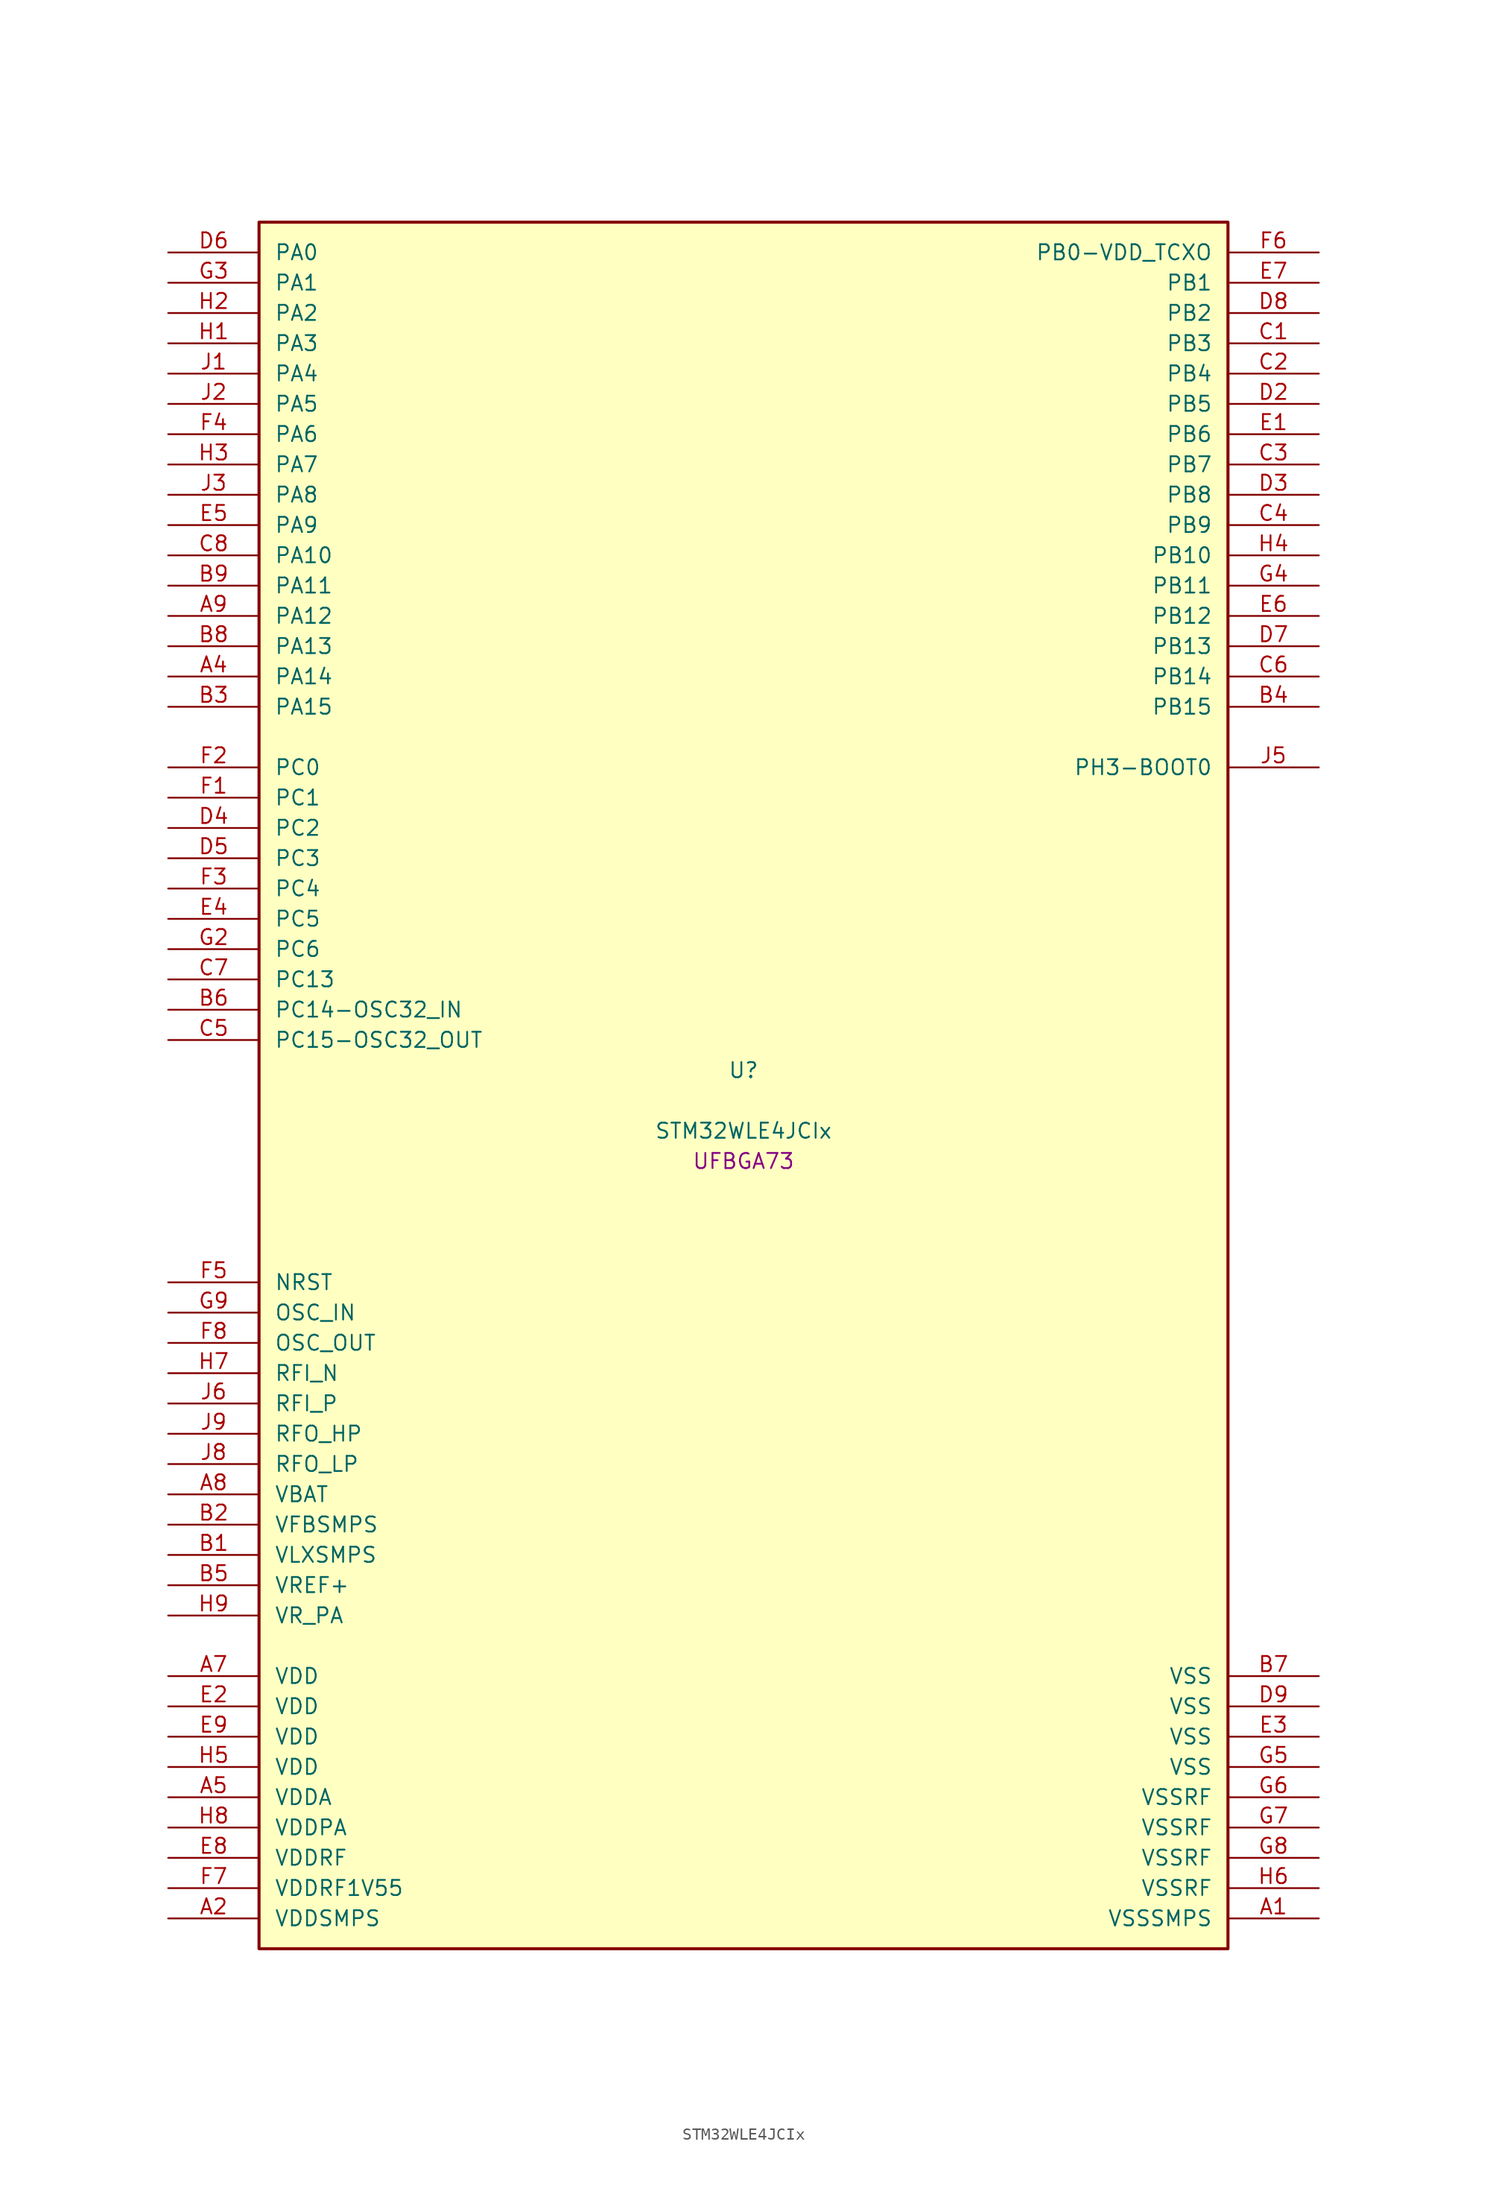
<source format=kicad_sym>
(kicad_symbol_lib
  (version 20241209)
  (generator "stm32_pkl_generator")
  (generator_version "1.0")
  (symbol "STM32WLE4JCIx"
    (pin_names
      (offset 1.27))
    (property "Reference" "U"
      (at 0 2.54 0))
    (property "Value" "STM32WLE4JCIx"
      (at 0 -2.54 0))
    (property "Footprint" "UFBGA73"
      (at 0 -5.08 0))
    (symbol "STM32WLE4JCIx_1_1"
      (rectangle (start -40.64 73.66) (end 40.64 -71.12) (stroke (width 0.254) (type solid)) (fill (type background)))
      (pin bidirectional line (at -48.26 71.12 0) (length 7.62) (name "PA0") (number "D6") (alternate "PA0/COMP1_OUT" bidirectional line) (alternate "PA0/DEBUG_PWR-REGLP1S" bidirectional line) (alternate "PA0/I2C3_SMBA" bidirectional line) (alternate "PA0/I2S_CKIN" bidirectional line) (alternate "PA0/PWR_WKUP1" bidirectional line) (alternate "PA0/RTC_TAMP_IN2" bidirectional line) (alternate "PA0/TIM2_CH1" bidirectional line) (alternate "PA0/TIM2_ETR" bidirectional line) (alternate "PA0/USART2_CTS" bidirectional line) (alternate "PA0/USART2_NSS" bidirectional line))
      (pin bidirectional line (at -48.26 68.58 0) (length 7.62) (name "PA1") (number "G3") (alternate "PA1/DEBUG_PWR-REGLP2S" bidirectional line) (alternate "PA1/I2C1_SMBA" bidirectional line) (alternate "PA1/LPTIM3_OUT" bidirectional line) (alternate "PA1/LPUART1_RTS" bidirectional line) (alternate "PA1/SPI1_SCK" bidirectional line) (alternate "PA1/TIM2_CH2" bidirectional line) (alternate "PA1/USART2_DE" bidirectional line) (alternate "PA1/USART2_RTS" bidirectional line))
      (pin bidirectional line (at -48.26 66.04 0) (length 7.62) (name "PA2") (number "H2") (alternate "PA2/COMP2_OUT" bidirectional line) (alternate "PA2/DEBUG_PWR-LDORDY" bidirectional line) (alternate "PA2/LPUART1_TX" bidirectional line) (alternate "PA2/RCC_LSCO" bidirectional line) (alternate "PA2/TIM2_CH3" bidirectional line) (alternate "PA2/USART2_TX" bidirectional line))
      (pin bidirectional line (at -48.26 63.5 0) (length 7.62) (name "PA3") (number "H1") (alternate "PA3/I2S2_MCK" bidirectional line) (alternate "PA3/LPUART1_RX" bidirectional line) (alternate "PA3/TIM2_CH4" bidirectional line) (alternate "PA3/USART2_RX" bidirectional line))
      (pin bidirectional line (at -48.26 60.96 0) (length 7.62) (name "PA4") (number "J1") (alternate "PA4/DEBUG_SUBGHZSPI-NSSOUT" bidirectional line) (alternate "PA4/LPTIM1_OUT" bidirectional line) (alternate "PA4/LPTIM2_OUT" bidirectional line) (alternate "PA4/RTC_OUT2" bidirectional line) (alternate "PA4/SPI1_NSS" bidirectional line) (alternate "PA4/USART2_CK" bidirectional line))
      (pin bidirectional line (at -48.26 58.42 0) (length 7.62) (name "PA5") (number "J2") (alternate "PA5/DEBUG_SUBGHZSPI-SCKOUT" bidirectional line) (alternate "PA5/LPTIM2_ETR" bidirectional line) (alternate "PA5/SPI1_SCK" bidirectional line) (alternate "PA5/SPI2_MISO" bidirectional line) (alternate "PA5/TIM2_CH1" bidirectional line) (alternate "PA5/TIM2_ETR" bidirectional line))
      (pin bidirectional line (at -48.26 55.88 0) (length 7.62) (name "PA6") (number "F4") (alternate "PA6/DEBUG_SUBGHZSPI-MISOOUT" bidirectional line) (alternate "PA6/I2C2_SMBA" bidirectional line) (alternate "PA6/LPUART1_CTS" bidirectional line) (alternate "PA6/SPI1_MISO" bidirectional line) (alternate "PA6/TIM16_CH1" bidirectional line) (alternate "PA6/TIM1_BKIN" bidirectional line))
      (pin bidirectional line (at -48.26 53.34 0) (length 7.62) (name "PA7") (number "H3") (alternate "PA7/COMP2_OUT" bidirectional line) (alternate "PA7/DEBUG_SUBGHZSPI-MOSIOUT" bidirectional line) (alternate "PA7/I2C3_SCL" bidirectional line) (alternate "PA7/SPI1_MOSI" bidirectional line) (alternate "PA7/TIM17_CH1" bidirectional line) (alternate "PA7/TIM1_CH1N" bidirectional line))
      (pin bidirectional line (at -48.26 50.8 0) (length 7.62) (name "PA8") (number "J3") (alternate "PA8/I2S2_CK" bidirectional line) (alternate "PA8/LPTIM2_OUT" bidirectional line) (alternate "PA8/RCC_MCO" bidirectional line) (alternate "PA8/SPI2_SCK" bidirectional line) (alternate "PA8/TIM1_CH1" bidirectional line) (alternate "PA8/USART1_CK" bidirectional line))
      (pin bidirectional line (at -48.26 48.26 0) (length 7.62) (name "PA9") (number "E5") (alternate "PA9/DAC_EXTI9" bidirectional line) (alternate "PA9/I2C1_SCL" bidirectional line) (alternate "PA9/I2S2_CK" bidirectional line) (alternate "PA9/I2S2_WS" bidirectional line) (alternate "PA9/SPI2_NSS" bidirectional line) (alternate "PA9/SPI2_SCK" bidirectional line) (alternate "PA9/TIM1_CH2" bidirectional line) (alternate "PA9/USART1_TX" bidirectional line))
      (pin bidirectional line (at -48.26 45.72 0) (length 7.62) (name "PA10") (number "C8") (alternate "PA10/ADC_IN6" bidirectional line) (alternate "PA10/COMP1_INM" bidirectional line) (alternate "PA10/COMP2_INM" bidirectional line) (alternate "PA10/DAC_OUT1" bidirectional line) (alternate "PA10/DEBUG_RF-HSE32RDY" bidirectional line) (alternate "PA10/I2C1_SDA" bidirectional line) (alternate "PA10/I2S2_SD" bidirectional line) (alternate "PA10/RTC_REFIN" bidirectional line) (alternate "PA10/SPI2_MOSI" bidirectional line) (alternate "PA10/TIM17_BKIN" bidirectional line) (alternate "PA10/TIM1_CH3" bidirectional line) (alternate "PA10/USART1_RX" bidirectional line))
      (pin bidirectional line (at -48.26 43.18 0) (length 7.62) (name "PA11") (number "B9") (alternate "PA11/ADC_EXTI11" bidirectional line) (alternate "PA11/ADC_IN7" bidirectional line) (alternate "PA11/COMP1_INM" bidirectional line) (alternate "PA11/COMP2_INM" bidirectional line) (alternate "PA11/DEBUG_RF-NRESET" bidirectional line) (alternate "PA11/I2C2_SDA" bidirectional line) (alternate "PA11/LPTIM3_ETR" bidirectional line) (alternate "PA11/SPI1_MISO" bidirectional line) (alternate "PA11/TIM1_BKIN2" bidirectional line) (alternate "PA11/TIM1_CH4" bidirectional line) (alternate "PA11/USART1_CTS" bidirectional line) (alternate "PA11/USART1_NSS" bidirectional line))
      (pin bidirectional line (at -48.26 40.64 0) (length 7.62) (name "PA12") (number "A9") (alternate "PA12/ADC_IN8" bidirectional line) (alternate "PA12/DEBUG_RF-BUSY" bidirectional line) (alternate "PA12/I2C2_SCL" bidirectional line) (alternate "PA12/LPTIM3_IN1" bidirectional line) (alternate "PA12/SPI1_MOSI" bidirectional line) (alternate "PA12/TIM1_ETR" bidirectional line) (alternate "PA12/USART1_DE" bidirectional line) (alternate "PA12/USART1_RTS" bidirectional line))
      (pin bidirectional line (at -48.26 38.1 0) (length 7.62) (name "PA13") (number "B8") (alternate "PA13/ADC_IN9" bidirectional line) (alternate "PA13/DEBUG_JTMS-SWDIO" bidirectional line) (alternate "PA13/I2C2_SMBA" bidirectional line) (alternate "PA13/IR_OUT" bidirectional line))
      (pin bidirectional line (at -48.26 35.56 0) (length 7.62) (name "PA14") (number "A4") (alternate "PA14/ADC_IN10" bidirectional line) (alternate "PA14/DEBUG_JTCK-SWCLK" bidirectional line) (alternate "PA14/I2C1_SMBA" bidirectional line) (alternate "PA14/LPTIM1_OUT" bidirectional line))
      (pin bidirectional line (at -48.26 33.02 0) (length 7.62) (name "PA15") (number "B3") (alternate "PA15/ADC_IN11" bidirectional line) (alternate "PA15/COMP1_INM" bidirectional line) (alternate "PA15/COMP2_INP" bidirectional line) (alternate "PA15/DEBUG_JTDI" bidirectional line) (alternate "PA15/I2C2_SDA" bidirectional line) (alternate "PA15/SPI1_NSS" bidirectional line) (alternate "PA15/TIM2_CH1" bidirectional line) (alternate "PA15/TIM2_ETR" bidirectional line))
      (pin bidirectional line (at 48.26 71.12 180) (length 7.62) (name "PB0-VDD_TCXO") (number "F6") (alternate "PB0-VDD_TCXO/COMP1_OUT" bidirectional line) (alternate "PB0-VDD_TCXO/VDDTCXO" bidirectional line))
      (pin bidirectional line (at 48.26 68.58 180) (length 7.62) (name "PB1") (number "E7") (alternate "PB1/ADC_IN5" bidirectional line) (alternate "PB1/COMP2_INP" bidirectional line) (alternate "PB1/LPTIM2_IN1" bidirectional line) (alternate "PB1/LPUART1_DE" bidirectional line) (alternate "PB1/LPUART1_RTS" bidirectional line))
      (pin bidirectional line (at 48.26 66.04 180) (length 7.62) (name "PB2") (number "D8") (alternate "PB2/ADC_IN4" bidirectional line) (alternate "PB2/COMP1_INP" bidirectional line) (alternate "PB2/COMP2_INM" bidirectional line) (alternate "PB2/DEBUG_RF-SMPSRDY" bidirectional line) (alternate "PB2/I2C3_SMBA" bidirectional line) (alternate "PB2/LPTIM1_OUT" bidirectional line) (alternate "PB2/SPI1_NSS" bidirectional line))
      (pin bidirectional line (at 48.26 63.5 180) (length 7.62) (name "PB3") (number "C1") (alternate "PB3/ADC_IN2" bidirectional line) (alternate "PB3/COMP1_INM" bidirectional line) (alternate "PB3/COMP2_INM" bidirectional line) (alternate "PB3/DEBUG_JTDO-SWO" bidirectional line) (alternate "PB3/DEBUG_RF-DTB1" bidirectional line) (alternate "PB3/PWR_WKUP3" bidirectional line) (alternate "PB3/RTC_TAMP_IN3" bidirectional line) (alternate "PB3/SPI1_SCK" bidirectional line) (alternate "PB3/TIM2_CH2" bidirectional line) (alternate "PB3/USART1_DE" bidirectional line) (alternate "PB3/USART1_RTS" bidirectional line))
      (pin bidirectional line (at 48.26 60.96 180) (length 7.62) (name "PB4") (number "C2") (alternate "PB4/ADC_IN3" bidirectional line) (alternate "PB4/COMP1_INP" bidirectional line) (alternate "PB4/COMP2_INP" bidirectional line) (alternate "PB4/DEBUG_JTRST" bidirectional line) (alternate "PB4/DEBUG_RF-LDORDY" bidirectional line) (alternate "PB4/I2C3_SDA" bidirectional line) (alternate "PB4/SPI1_MISO" bidirectional line) (alternate "PB4/TIM17_BKIN" bidirectional line) (alternate "PB4/USART1_CTS" bidirectional line) (alternate "PB4/USART1_NSS" bidirectional line))
      (pin bidirectional line (at 48.26 58.42 180) (length 7.62) (name "PB5") (number "D2") (alternate "PB5/COMP2_OUT" bidirectional line) (alternate "PB5/I2C1_SMBA" bidirectional line) (alternate "PB5/LPTIM1_IN1" bidirectional line) (alternate "PB5/SPI1_MOSI" bidirectional line) (alternate "PB5/TIM16_BKIN" bidirectional line) (alternate "PB5/USART1_CK" bidirectional line))
      (pin bidirectional line (at 48.26 55.88 180) (length 7.62) (name "PB6") (number "E1") (alternate "PB6/I2C1_SCL" bidirectional line) (alternate "PB6/LPTIM1_ETR" bidirectional line) (alternate "PB6/TIM16_CH1N" bidirectional line) (alternate "PB6/USART1_TX" bidirectional line))
      (pin bidirectional line (at 48.26 53.34 180) (length 7.62) (name "PB7") (number "C3") (alternate "PB7/I2C1_SDA" bidirectional line) (alternate "PB7/LPTIM1_IN2" bidirectional line) (alternate "PB7/PWR_PVD_IN" bidirectional line) (alternate "PB7/TIM17_CH1N" bidirectional line) (alternate "PB7/TIM1_BKIN" bidirectional line) (alternate "PB7/USART1_RX" bidirectional line))
      (pin bidirectional line (at 48.26 50.8 180) (length 7.62) (name "PB8") (number "D3") (alternate "PB8/I2C1_SCL" bidirectional line) (alternate "PB8/TIM16_CH1" bidirectional line) (alternate "PB8/TIM1_CH2N" bidirectional line))
      (pin bidirectional line (at 48.26 48.26 180) (length 7.62) (name "PB9") (number "C4") (alternate "PB9/DAC_EXTI9" bidirectional line) (alternate "PB9/I2C1_SDA" bidirectional line) (alternate "PB9/I2S2_WS" bidirectional line) (alternate "PB9/IR_OUT" bidirectional line) (alternate "PB9/SPI2_NSS" bidirectional line) (alternate "PB9/TIM17_CH1" bidirectional line) (alternate "PB9/TIM1_CH3N" bidirectional line))
      (pin bidirectional line (at 48.26 45.72 180) (length 7.62) (name "PB10") (number "H4") (alternate "PB10/COMP1_OUT" bidirectional line) (alternate "PB10/I2C3_SCL" bidirectional line) (alternate "PB10/I2S2_CK" bidirectional line) (alternate "PB10/LPUART1_RX" bidirectional line) (alternate "PB10/SPI2_SCK" bidirectional line) (alternate "PB10/TIM2_CH3" bidirectional line))
      (pin bidirectional line (at 48.26 43.18 180) (length 7.62) (name "PB11") (number "G4") (alternate "PB11/ADC_EXTI11" bidirectional line) (alternate "PB11/COMP2_OUT" bidirectional line) (alternate "PB11/I2C3_SDA" bidirectional line) (alternate "PB11/LPUART1_TX" bidirectional line) (alternate "PB11/TIM2_CH4" bidirectional line))
      (pin bidirectional line (at 48.26 40.64 180) (length 7.62) (name "PB12") (number "E6") (alternate "PB12/I2C3_SMBA" bidirectional line) (alternate "PB12/I2S2_WS" bidirectional line) (alternate "PB12/LPUART1_RTS" bidirectional line) (alternate "PB12/SPI2_NSS" bidirectional line) (alternate "PB12/TIM1_BKIN" bidirectional line))
      (pin bidirectional line (at 48.26 38.1 180) (length 7.62) (name "PB13") (number "D7") (alternate "PB13/ADC_IN0" bidirectional line) (alternate "PB13/I2C3_SCL" bidirectional line) (alternate "PB13/I2S2_CK" bidirectional line) (alternate "PB13/LPUART1_CTS" bidirectional line) (alternate "PB13/SPI2_SCK" bidirectional line) (alternate "PB13/TIM1_CH1N" bidirectional line))
      (pin bidirectional line (at 48.26 35.56 180) (length 7.62) (name "PB14") (number "C6") (alternate "PB14/ADC_IN1" bidirectional line) (alternate "PB14/I2C3_SDA" bidirectional line) (alternate "PB14/I2S2_MCK" bidirectional line) (alternate "PB14/SPI2_MISO" bidirectional line) (alternate "PB14/TIM1_CH2N" bidirectional line))
      (pin bidirectional line (at 48.26 33.02 180) (length 7.62) (name "PB15") (number "B4") (alternate "PB15/I2C2_SCL" bidirectional line) (alternate "PB15/I2S2_SD" bidirectional line) (alternate "PB15/SPI2_MOSI" bidirectional line) (alternate "PB15/TIM1_CH3N" bidirectional line))
      (pin bidirectional line (at -48.26 27.94 0) (length 7.62) (name "PC0") (number "F2") (alternate "PC0/I2C3_SCL" bidirectional line) (alternate "PC0/LPTIM1_IN1" bidirectional line) (alternate "PC0/LPTIM2_IN1" bidirectional line) (alternate "PC0/LPUART1_RX" bidirectional line))
      (pin bidirectional line (at -48.26 25.4 0) (length 7.62) (name "PC1") (number "F1") (alternate "PC1/I2C3_SDA" bidirectional line) (alternate "PC1/I2S2_SD" bidirectional line) (alternate "PC1/LPTIM1_OUT" bidirectional line) (alternate "PC1/LPUART1_TX" bidirectional line) (alternate "PC1/SPI2_MOSI" bidirectional line))
      (pin bidirectional line (at -48.26 22.86 0) (length 7.62) (name "PC2") (number "D4") (alternate "PC2/LPTIM1_IN2" bidirectional line) (alternate "PC2/SPI2_MISO" bidirectional line))
      (pin bidirectional line (at -48.26 20.32 0) (length 7.62) (name "PC3") (number "D5") (alternate "PC3/I2S2_SD" bidirectional line) (alternate "PC3/LPTIM1_ETR" bidirectional line) (alternate "PC3/LPTIM2_ETR" bidirectional line) (alternate "PC3/SPI2_MOSI" bidirectional line))
      (pin bidirectional line (at -48.26 17.78 0) (length 7.62) (name "PC4") (number "F3"))
      (pin bidirectional line (at -48.26 15.24 0) (length 7.62) (name "PC5") (number "E4"))
      (pin bidirectional line (at -48.26 12.7 0) (length 7.62) (name "PC6") (number "G2") (alternate "PC6/I2S2_MCK" bidirectional line))
      (pin bidirectional line (at -48.26 10.16 0) (length 7.62) (name "PC13") (number "C7") (alternate "PC13/PWR_WKUP2" bidirectional line) (alternate "PC13/RTC_OUT1" bidirectional line) (alternate "PC13/RTC_TAMP_IN1" bidirectional line) (alternate "PC13/RTC_TS" bidirectional line))
      (pin bidirectional line (at -48.26 7.62 0) (length 7.62) (name "PC14-OSC32_IN") (number "B6") (alternate "PC14-OSC32_IN/RCC_OSC32_IN" bidirectional line))
      (pin bidirectional line (at -48.26 5.08 0) (length 7.62) (name "PC15-OSC32_OUT") (number "C5") (alternate "PC15-OSC32_OUT/RCC_OSC32_OUT" bidirectional line))
      (pin bidirectional line (at 48.26 27.94 180) (length 7.62) (name "PH3-BOOT0") (number "J5"))
      (pin input line (at -48.26 -15.24 0) (length 7.62) (name "NRST") (number "F5"))
      (pin bidirectional line (at -48.26 -17.78 0) (length 7.62) (name "OSC_IN") (number "G9") (alternate "OSC_IN/RCC_OSC_IN" bidirectional line))
      (pin bidirectional line (at -48.26 -20.32 0) (length 7.62) (name "OSC_OUT") (number "F8") (alternate "OSC_OUT/RCC_OSC_OUT" bidirectional line))
      (pin bidirectional line (at -48.26 -22.86 0) (length 7.62) (name "RFI_N") (number "H7"))
      (pin bidirectional line (at -48.26 -25.4 0) (length 7.62) (name "RFI_P") (number "J6"))
      (pin bidirectional line (at -48.26 -27.94 0) (length 7.62) (name "RFO_HP") (number "J9"))
      (pin bidirectional line (at -48.26 -30.48 0) (length 7.62) (name "RFO_LP") (number "J8"))
      (pin power_in line (at -48.26 -33.02 0) (length 7.62) (name "VBAT") (number "A8"))
      (pin power_in line (at -48.26 -35.56 0) (length 7.62) (name "VFBSMPS") (number "B2"))
      (pin power_in line (at -48.26 -38.1 0) (length 7.62) (name "VLXSMPS") (number "B1"))
      (pin bidirectional line (at -48.26 -40.64 0) (length 7.62) (name "VREF+") (number "B5") (alternate "VREF+/VREFBUF_OUT" bidirectional line))
      (pin power_in line (at -48.26 -43.18 0) (length 7.62) (name "VR_PA") (number "H9"))
      (pin power_in line (at -48.26 -48.26 0) (length 7.62) (name "VDD") (number "A7"))
      (pin power_in line (at -48.26 -50.8 0) (length 7.62) (name "VDD") (number "E2"))
      (pin power_in line (at -48.26 -53.34 0) (length 7.62) (name "VDD") (number "E9"))
      (pin power_in line (at -48.26 -55.88 0) (length 7.62) (name "VDD") (number "H5"))
      (pin power_in line (at -48.26 -58.42 0) (length 7.62) (name "VDDA") (number "A5"))
      (pin power_in line (at -48.26 -60.96 0) (length 7.62) (name "VDDPA") (number "H8"))
      (pin power_in line (at -48.26 -63.5 0) (length 7.62) (name "VDDRF") (number "E8"))
      (pin power_in line (at -48.26 -66.04 0) (length 7.62) (name "VDDRF1V55") (number "F7"))
      (pin power_in line (at -48.26 -68.58 0) (length 7.62) (name "VDDSMPS") (number "A2"))
      (pin power_in line (at 48.26 -48.26 180) (length 7.62) (name "VSS") (number "B7"))
      (pin power_in line (at 48.26 -50.8 180) (length 7.62) (name "VSS") (number "D9"))
      (pin power_in line (at 48.26 -53.34 180) (length 7.62) (name "VSS") (number "E3"))
      (pin power_in line (at 48.26 -55.88 180) (length 7.62) (name "VSS") (number "G5"))
      (pin power_in line (at 48.26 -58.42 180) (length 7.62) (name "VSSRF") (number "G6"))
      (pin power_in line (at 48.26 -60.96 180) (length 7.62) (name "VSSRF") (number "G7"))
      (pin power_in line (at 48.26 -63.5 180) (length 7.62) (name "VSSRF") (number "G8"))
      (pin power_in line (at 48.26 -66.04 180) (length 7.62) (name "VSSRF") (number "H6"))
      (pin power_in line (at 48.26 -68.58 180) (length 7.62) (name "VSSSMPS") (number "A1")))))
</source>
